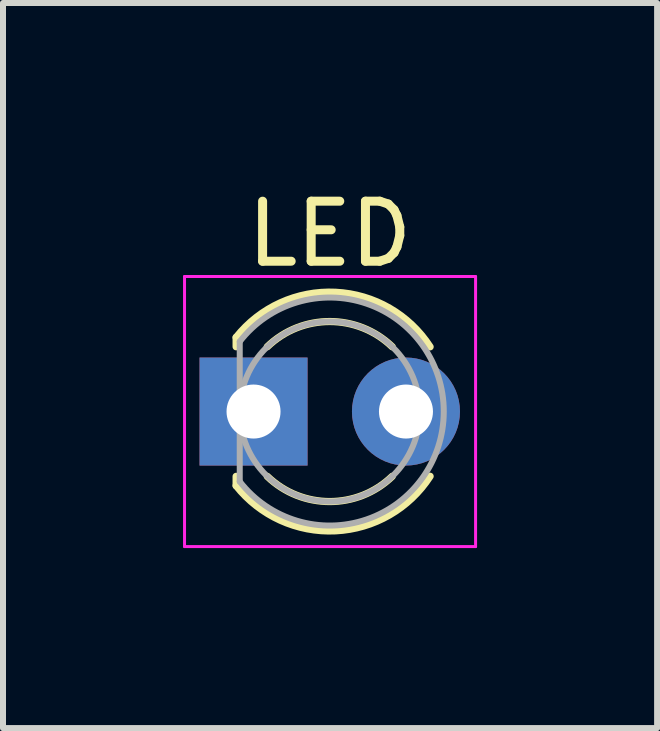
<source format=kicad_pcb>
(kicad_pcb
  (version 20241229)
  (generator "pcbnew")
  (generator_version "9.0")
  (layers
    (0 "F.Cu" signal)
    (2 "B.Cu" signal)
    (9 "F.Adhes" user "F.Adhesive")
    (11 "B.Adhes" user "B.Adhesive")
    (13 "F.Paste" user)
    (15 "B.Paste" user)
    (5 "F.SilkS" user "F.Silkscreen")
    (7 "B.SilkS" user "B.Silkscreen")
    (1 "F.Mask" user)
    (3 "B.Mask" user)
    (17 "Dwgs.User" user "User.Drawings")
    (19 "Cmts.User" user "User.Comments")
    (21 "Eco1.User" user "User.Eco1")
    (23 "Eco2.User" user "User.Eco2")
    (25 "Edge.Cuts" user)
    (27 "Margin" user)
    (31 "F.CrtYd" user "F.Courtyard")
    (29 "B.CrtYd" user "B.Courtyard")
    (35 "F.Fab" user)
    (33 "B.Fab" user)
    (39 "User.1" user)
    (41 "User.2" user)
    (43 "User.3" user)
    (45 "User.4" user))
  (footprint "LED"
    (layer "F.Cu")
    (at 1.175 3.808)
    (property "Reference" "LED" (at 1.27 -2.96 0) (layer "F.SilkS") (effects (font (size 1 1) (thickness 0.15))))
    (attr through_hole)
    (fp_line (start -0.29 -1.236) (end -0.29 -1.08) (stroke (width 0.12) (type solid)) (layer "F.SilkS"))
    (fp_line (start -0.29 1.08) (end -0.29 1.236) (stroke (width 0.12) (type solid)) (layer "F.SilkS"))
    (fp_arc (start -0.29 -1.235516) (mid 1.366487 -1.987659) (end 2.942335 -1.078608) (stroke (width 0.12) (type solid)) (layer "F.SilkS"))
    (fp_arc (start 0.229039 -1.08) (mid 1.270117 -1.5) (end 2.31113 -1.079837) (stroke (width 0.12) (type solid)) (layer "F.SilkS"))
    (fp_arc (start 2.31113 1.079837) (mid 1.270117 1.5) (end 0.229039 1.08) (stroke (width 0.12) (type solid)) (layer "F.SilkS"))
    (fp_arc (start 2.942335 1.078608) (mid 1.366487 1.987659) (end -0.29 1.235516) (stroke (width 0.12) (type solid)) (layer "F.SilkS"))
    (fp_line (start -1.15 -2.25) (end -1.15 2.25) (stroke (width 0.05) (type solid)) (layer "F.CrtYd"))
    (fp_line (start -1.15 2.25) (end 3.7 2.25) (stroke (width 0.05) (type solid)) (layer "F.CrtYd"))
    (fp_line (start 3.7 -2.25) (end -1.15 -2.25) (stroke (width 0.05) (type solid)) (layer "F.CrtYd"))
    (fp_line (start 3.7 2.25) (end 3.7 -2.25) (stroke (width 0.05) (type solid)) (layer "F.CrtYd"))
    (fp_line (start -0.23 -1.166) (end -0.23 1.166) (stroke (width 0.1) (type solid)) (layer "F.Fab"))
    (fp_arc (start -0.23 -1.16619) (mid 3.17 0.000452) (end -0.230555 1.165476) (stroke (width 0.1) (type solid)) (layer "F.Fab"))
    (fp_circle (center 1.27 0) (end 2.77 0) (stroke (width 0.1) (type solid)) (fill no) (layer "F.Fab"))
    (pad "1" thru_hole rect (at 0 0) (size 1.8 1.8) (drill 0.9) (layers "*.Cu" "*.Mask"))
    (pad "2" thru_hole circle (at 2.54 0) (size 1.8 1.8) (drill 0.9) (layers "*.Cu" "*.Mask")))
  (gr_rect
    (start -3 -3)
    (end 7.9 9.083)
    (stroke (width 0.1) (type default))
    (fill no)
    (layer "Edge.Cuts")))
</source>
